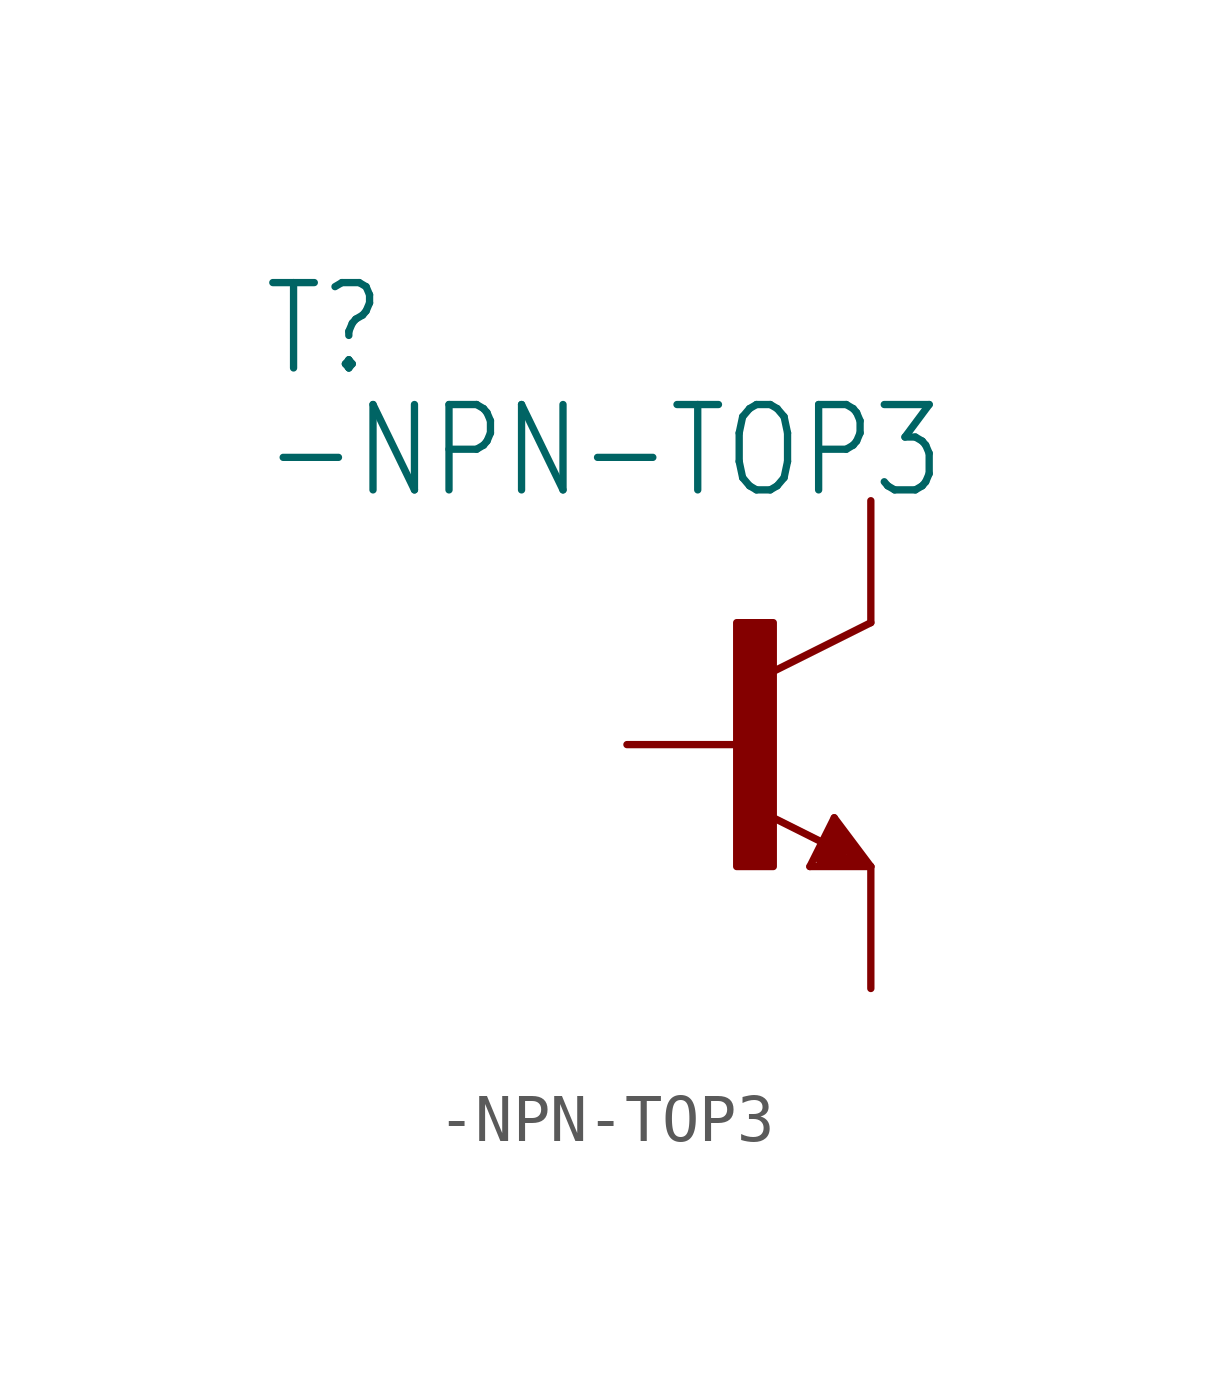
<source format=kicad_sym>
(kicad_symbol_lib
  (version 20211014)
  (generator kicad_symbol_editor)
  (symbol "-NPN-TOP3"
    (property "Reference" "T"
      (at -10.16 7.62 0)
      (effects (font (size 1.778 1.511)) (justify left bottom)))
    (property "Value" "-NPN-TOP3"
      (at -10.16 5.08 0)
      (effects (font (size 1.778 1.511)) (justify left bottom)))
    (property "ki_locked" ""
      (at 0 0 0)
      (effects (font (size 1.27 1.27))))
    (symbol "-NPN-TOP3_1_0"
      (rectangle (start -0.254 -2.54) (end 0.508 2.54) (stroke (width 0) (type default) (color 0 0 0 0)) (fill (type outline)))
      (polyline (pts (xy 1.27 -2.54) (xy 1.778 -1.524)) (stroke (width 0.152) (type default) (color 0 0 0 0)) (fill (type none)))
      (polyline (pts (xy 1.524 -2.413) (xy 2.286 -2.413)) (stroke (width 0.254) (type default) (color 0 0 0 0)) (fill (type none)))
      (polyline (pts (xy 1.524 -2.286) (xy 1.905 -2.286)) (stroke (width 0.254) (type default) (color 0 0 0 0)) (fill (type none)))
      (polyline (pts (xy 1.54 -2.04) (xy 0.308 -1.424)) (stroke (width 0.152) (type default) (color 0 0 0 0)) (fill (type none)))
      (polyline (pts (xy 1.778 -1.778) (xy 1.524 -2.286)) (stroke (width 0.254) (type default) (color 0 0 0 0)) (fill (type none)))
      (polyline (pts (xy 1.778 -1.524) (xy 2.54 -2.54)) (stroke (width 0.152) (type default) (color 0 0 0 0)) (fill (type none)))
      (polyline (pts (xy 1.905 -2.286) (xy 1.778 -2.032)) (stroke (width 0.254) (type default) (color 0 0 0 0)) (fill (type none)))
      (polyline (pts (xy 2.286 -2.413) (xy 1.778 -1.778)) (stroke (width 0.254) (type default) (color 0 0 0 0)) (fill (type none)))
      (polyline (pts (xy 2.54 -2.54) (xy 1.27 -2.54)) (stroke (width 0.152) (type default) (color 0 0 0 0)) (fill (type none)))
      (polyline (pts (xy 2.54 2.54) (xy 0.508 1.524)) (stroke (width 0.152) (type default) (color 0 0 0 0)) (fill (type none)))
      (pin passive line (at -2.54 0 0) (length 2.54) (name "B" (effects (font (size 0 0)))) (number "1" (effects (font (size 0 0)))))
      (pin passive line (at 2.54 5.08 270) (length 2.54) (name "C" (effects (font (size 0 0)))) (number "2" (effects (font (size 0 0)))))
      (pin passive line (at 2.54 -5.08 90) (length 2.54) (name "E" (effects (font (size 0 0)))) (number "3" (effects (font (size 0 0))))))))
</source>
